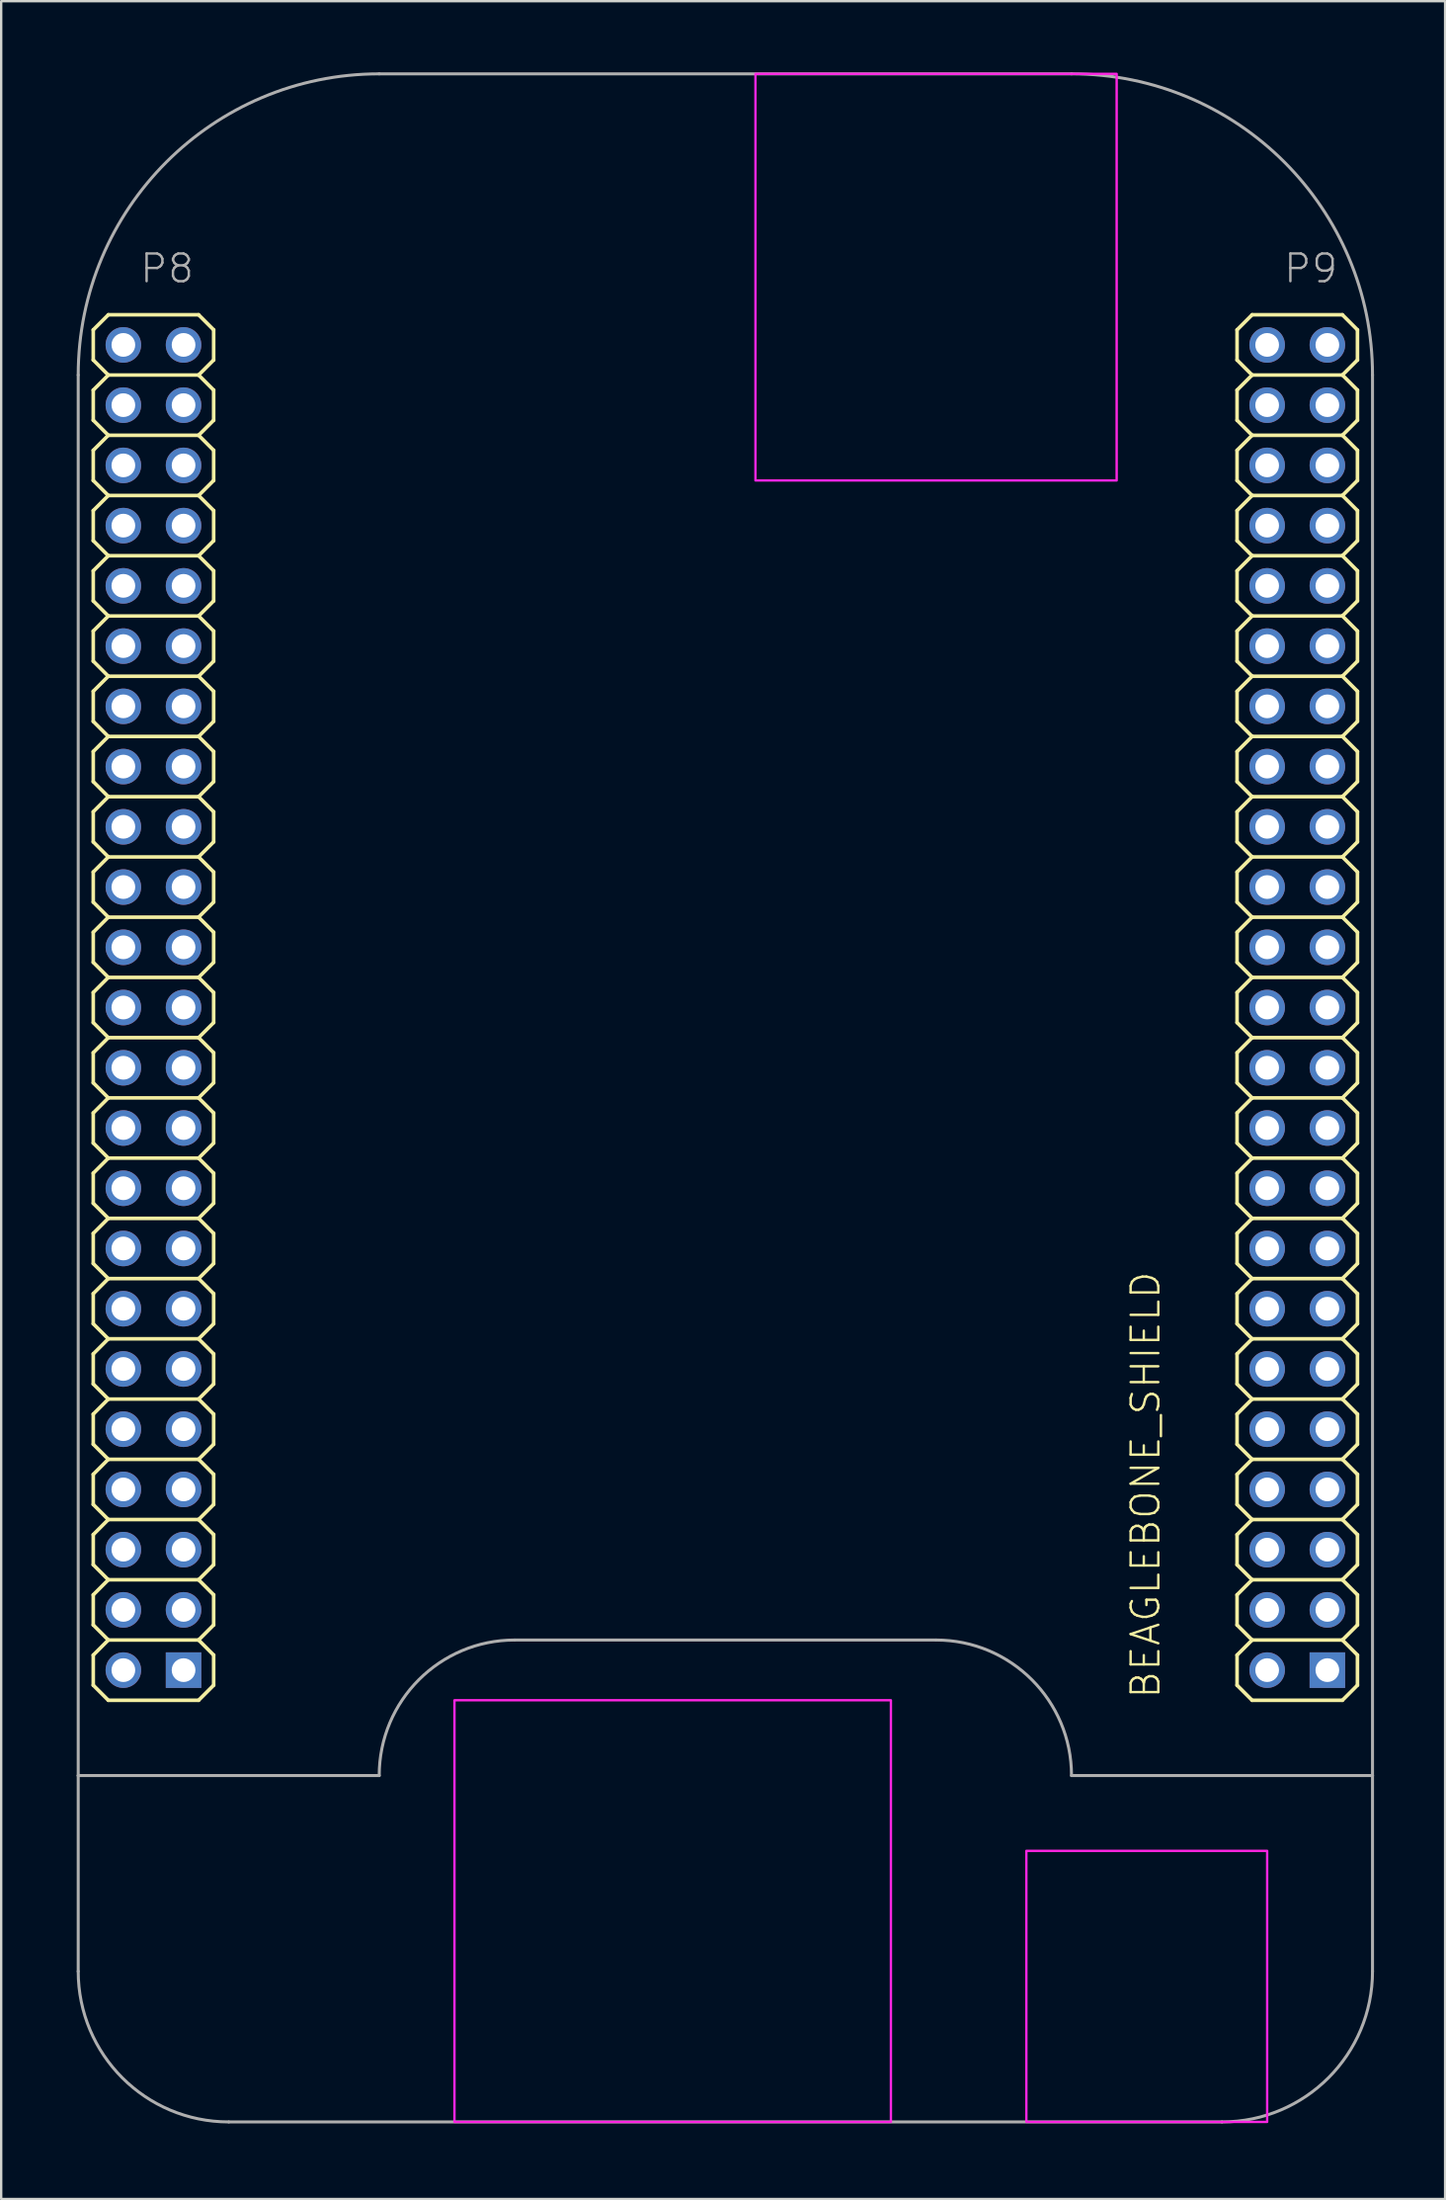
<source format=kicad_pcb>
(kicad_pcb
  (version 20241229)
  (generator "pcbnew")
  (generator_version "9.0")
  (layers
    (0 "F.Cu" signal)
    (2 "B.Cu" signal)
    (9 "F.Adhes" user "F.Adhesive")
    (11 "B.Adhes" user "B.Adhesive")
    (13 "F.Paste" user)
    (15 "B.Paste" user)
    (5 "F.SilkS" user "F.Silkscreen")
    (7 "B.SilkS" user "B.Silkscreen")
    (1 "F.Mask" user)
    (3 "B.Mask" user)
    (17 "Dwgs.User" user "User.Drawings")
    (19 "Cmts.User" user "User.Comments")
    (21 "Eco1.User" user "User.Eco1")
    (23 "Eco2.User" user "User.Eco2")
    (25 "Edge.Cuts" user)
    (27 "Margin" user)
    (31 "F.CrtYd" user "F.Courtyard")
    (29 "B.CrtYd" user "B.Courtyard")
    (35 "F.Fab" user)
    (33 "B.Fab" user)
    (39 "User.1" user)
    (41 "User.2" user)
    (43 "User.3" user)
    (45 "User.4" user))
  (footprint "BEAGLEBONE_SHIELD"
    (layer "F.Cu")
    (at 0.25 86.424)
    (property "Reference" "BEAGLEBONE_SHIELD" (at 45.72 -17.78 90) (layer "F.SilkS") (effects (font (size 1.168 1.168) (thickness 0.102)) (justify left bottom)))
    (fp_line (start 0.635 -75.565) (end 0.635 -74.295) (stroke (width 0.152) (type solid)) (layer "F.SilkS"))
    (fp_line (start 0.635 -75.565) (end 1.27 -76.2) (stroke (width 0.152) (type solid)) (layer "F.SilkS"))
    (fp_line (start 0.635 -73.025) (end 0.635 -71.755) (stroke (width 0.152) (type solid)) (layer "F.SilkS"))
    (fp_line (start 0.635 -73.025) (end 1.27 -73.66) (stroke (width 0.152) (type solid)) (layer "F.SilkS"))
    (fp_line (start 0.635 -70.485) (end 0.635 -69.215) (stroke (width 0.152) (type solid)) (layer "F.SilkS"))
    (fp_line (start 0.635 -70.485) (end 1.27 -71.12) (stroke (width 0.152) (type solid)) (layer "F.SilkS"))
    (fp_line (start 0.635 -67.945) (end 0.635 -66.675) (stroke (width 0.152) (type solid)) (layer "F.SilkS"))
    (fp_line (start 0.635 -67.945) (end 1.27 -68.58) (stroke (width 0.152) (type solid)) (layer "F.SilkS"))
    (fp_line (start 0.635 -65.405) (end 0.635 -64.135) (stroke (width 0.152) (type solid)) (layer "F.SilkS"))
    (fp_line (start 0.635 -65.405) (end 1.27 -66.04) (stroke (width 0.152) (type solid)) (layer "F.SilkS"))
    (fp_line (start 0.635 -62.865) (end 0.635 -61.595) (stroke (width 0.152) (type solid)) (layer "F.SilkS"))
    (fp_line (start 0.635 -62.865) (end 1.27 -63.5) (stroke (width 0.152) (type solid)) (layer "F.SilkS"))
    (fp_line (start 0.635 -60.325) (end 0.635 -59.055) (stroke (width 0.152) (type solid)) (layer "F.SilkS"))
    (fp_line (start 0.635 -60.325) (end 1.27 -60.96) (stroke (width 0.152) (type solid)) (layer "F.SilkS"))
    (fp_line (start 0.635 -57.785) (end 0.635 -56.515) (stroke (width 0.152) (type solid)) (layer "F.SilkS"))
    (fp_line (start 0.635 -57.785) (end 1.27 -58.42) (stroke (width 0.152) (type solid)) (layer "F.SilkS"))
    (fp_line (start 0.635 -55.245) (end 0.635 -53.975) (stroke (width 0.152) (type solid)) (layer "F.SilkS"))
    (fp_line (start 0.635 -55.245) (end 1.27 -55.88) (stroke (width 0.152) (type solid)) (layer "F.SilkS"))
    (fp_line (start 0.635 -52.705) (end 0.635 -51.435) (stroke (width 0.152) (type solid)) (layer "F.SilkS"))
    (fp_line (start 0.635 -52.705) (end 1.27 -53.34) (stroke (width 0.152) (type solid)) (layer "F.SilkS"))
    (fp_line (start 0.635 -50.165) (end 0.635 -48.895) (stroke (width 0.152) (type solid)) (layer "F.SilkS"))
    (fp_line (start 0.635 -50.165) (end 1.27 -50.8) (stroke (width 0.152) (type solid)) (layer "F.SilkS"))
    (fp_line (start 0.635 -46.355) (end 0.635 -47.625) (stroke (width 0.152) (type solid)) (layer "F.SilkS"))
    (fp_line (start 0.635 -45.085) (end 1.27 -45.72) (stroke (width 0.152) (type solid)) (layer "F.SilkS"))
    (fp_line (start 0.635 -43.815) (end 0.635 -45.085) (stroke (width 0.152) (type solid)) (layer "F.SilkS"))
    (fp_line (start 0.635 -42.545) (end 1.27 -43.18) (stroke (width 0.152) (type solid)) (layer "F.SilkS"))
    (fp_line (start 0.635 -41.275) (end 0.635 -42.545) (stroke (width 0.152) (type solid)) (layer "F.SilkS"))
    (fp_line (start 0.635 -40.005) (end 1.27 -40.64) (stroke (width 0.152) (type solid)) (layer "F.SilkS"))
    (fp_line (start 0.635 -38.735) (end 0.635 -40.005) (stroke (width 0.152) (type solid)) (layer "F.SilkS"))
    (fp_line (start 0.635 -37.465) (end 1.27 -38.1) (stroke (width 0.152) (type solid)) (layer "F.SilkS"))
    (fp_line (start 0.635 -36.195) (end 0.635 -37.465) (stroke (width 0.152) (type solid)) (layer "F.SilkS"))
    (fp_line (start 0.635 -34.925) (end 1.27 -35.56) (stroke (width 0.152) (type solid)) (layer "F.SilkS"))
    (fp_line (start 0.635 -33.655) (end 0.635 -34.925) (stroke (width 0.152) (type solid)) (layer "F.SilkS"))
    (fp_line (start 0.635 -32.385) (end 1.27 -33.02) (stroke (width 0.152) (type solid)) (layer "F.SilkS"))
    (fp_line (start 0.635 -31.115) (end 0.635 -32.385) (stroke (width 0.152) (type solid)) (layer "F.SilkS"))
    (fp_line (start 0.635 -29.845) (end 1.27 -30.48) (stroke (width 0.152) (type solid)) (layer "F.SilkS"))
    (fp_line (start 0.635 -28.575) (end 0.635 -29.845) (stroke (width 0.152) (type solid)) (layer "F.SilkS"))
    (fp_line (start 0.635 -27.305) (end 1.27 -27.94) (stroke (width 0.152) (type solid)) (layer "F.SilkS"))
    (fp_line (start 0.635 -26.035) (end 0.635 -27.305) (stroke (width 0.152) (type solid)) (layer "F.SilkS"))
    (fp_line (start 0.635 -24.765) (end 1.27 -25.4) (stroke (width 0.152) (type solid)) (layer "F.SilkS"))
    (fp_line (start 0.635 -23.495) (end 0.635 -24.765) (stroke (width 0.152) (type solid)) (layer "F.SilkS"))
    (fp_line (start 0.635 -22.225) (end 1.27 -22.86) (stroke (width 0.152) (type solid)) (layer "F.SilkS"))
    (fp_line (start 0.635 -20.955) (end 0.635 -22.225) (stroke (width 0.152) (type solid)) (layer "F.SilkS"))
    (fp_line (start 0.635 -19.685) (end 1.27 -20.32) (stroke (width 0.152) (type solid)) (layer "F.SilkS"))
    (fp_line (start 0.635 -18.415) (end 0.635 -19.685) (stroke (width 0.152) (type solid)) (layer "F.SilkS"))
    (fp_line (start 1.27 -76.2) (end 5.08 -76.2) (stroke (width 0.152) (type solid)) (layer "F.SilkS"))
    (fp_line (start 1.27 -73.66) (end 0.635 -74.295) (stroke (width 0.152) (type solid)) (layer "F.SilkS"))
    (fp_line (start 1.27 -73.66) (end 5.08 -73.66) (stroke (width 0.152) (type solid)) (layer "F.SilkS"))
    (fp_line (start 1.27 -71.12) (end 0.635 -71.755) (stroke (width 0.152) (type solid)) (layer "F.SilkS"))
    (fp_line (start 1.27 -71.12) (end 5.08 -71.12) (stroke (width 0.152) (type solid)) (layer "F.SilkS"))
    (fp_line (start 1.27 -68.58) (end 0.635 -69.215) (stroke (width 0.152) (type solid)) (layer "F.SilkS"))
    (fp_line (start 1.27 -68.58) (end 5.08 -68.58) (stroke (width 0.152) (type solid)) (layer "F.SilkS"))
    (fp_line (start 1.27 -66.04) (end 0.635 -66.675) (stroke (width 0.152) (type solid)) (layer "F.SilkS"))
    (fp_line (start 1.27 -66.04) (end 5.08 -66.04) (stroke (width 0.152) (type solid)) (layer "F.SilkS"))
    (fp_line (start 1.27 -63.5) (end 0.635 -64.135) (stroke (width 0.152) (type solid)) (layer "F.SilkS"))
    (fp_line (start 1.27 -63.5) (end 5.08 -63.5) (stroke (width 0.152) (type solid)) (layer "F.SilkS"))
    (fp_line (start 1.27 -60.96) (end 0.635 -61.595) (stroke (width 0.152) (type solid)) (layer "F.SilkS"))
    (fp_line (start 1.27 -60.96) (end 5.08 -60.96) (stroke (width 0.152) (type solid)) (layer "F.SilkS"))
    (fp_line (start 1.27 -58.42) (end 0.635 -59.055) (stroke (width 0.152) (type solid)) (layer "F.SilkS"))
    (fp_line (start 1.27 -58.42) (end 5.08 -58.42) (stroke (width 0.152) (type solid)) (layer "F.SilkS"))
    (fp_line (start 1.27 -55.88) (end 0.635 -56.515) (stroke (width 0.152) (type solid)) (layer "F.SilkS"))
    (fp_line (start 1.27 -55.88) (end 5.08 -55.88) (stroke (width 0.152) (type solid)) (layer "F.SilkS"))
    (fp_line (start 1.27 -53.34) (end 0.635 -53.975) (stroke (width 0.152) (type solid)) (layer "F.SilkS"))
    (fp_line (start 1.27 -53.34) (end 5.08 -53.34) (stroke (width 0.152) (type solid)) (layer "F.SilkS"))
    (fp_line (start 1.27 -50.8) (end 0.635 -51.435) (stroke (width 0.152) (type solid)) (layer "F.SilkS"))
    (fp_line (start 1.27 -50.8) (end 5.08 -50.8) (stroke (width 0.152) (type solid)) (layer "F.SilkS"))
    (fp_line (start 1.27 -48.26) (end 0.635 -48.895) (stroke (width 0.152) (type solid)) (layer "F.SilkS"))
    (fp_line (start 1.27 -48.26) (end 0.635 -47.625) (stroke (width 0.152) (type solid)) (layer "F.SilkS"))
    (fp_line (start 1.27 -48.26) (end 5.08 -48.26) (stroke (width 0.152) (type solid)) (layer "F.SilkS"))
    (fp_line (start 1.27 -45.72) (end 0.635 -46.355) (stroke (width 0.152) (type solid)) (layer "F.SilkS"))
    (fp_line (start 1.27 -45.72) (end 5.08 -45.72) (stroke (width 0.152) (type solid)) (layer "F.SilkS"))
    (fp_line (start 1.27 -43.18) (end 0.635 -43.815) (stroke (width 0.152) (type solid)) (layer "F.SilkS"))
    (fp_line (start 1.27 -43.18) (end 5.08 -43.18) (stroke (width 0.152) (type solid)) (layer "F.SilkS"))
    (fp_line (start 1.27 -40.64) (end 0.635 -41.275) (stroke (width 0.152) (type solid)) (layer "F.SilkS"))
    (fp_line (start 1.27 -40.64) (end 5.08 -40.64) (stroke (width 0.152) (type solid)) (layer "F.SilkS"))
    (fp_line (start 1.27 -38.1) (end 0.635 -38.735) (stroke (width 0.152) (type solid)) (layer "F.SilkS"))
    (fp_line (start 1.27 -38.1) (end 5.08 -38.1) (stroke (width 0.152) (type solid)) (layer "F.SilkS"))
    (fp_line (start 1.27 -35.56) (end 0.635 -36.195) (stroke (width 0.152) (type solid)) (layer "F.SilkS"))
    (fp_line (start 1.27 -35.56) (end 5.08 -35.56) (stroke (width 0.152) (type solid)) (layer "F.SilkS"))
    (fp_line (start 1.27 -33.02) (end 0.635 -33.655) (stroke (width 0.152) (type solid)) (layer "F.SilkS"))
    (fp_line (start 1.27 -33.02) (end 5.08 -33.02) (stroke (width 0.152) (type solid)) (layer "F.SilkS"))
    (fp_line (start 1.27 -30.48) (end 0.635 -31.115) (stroke (width 0.152) (type solid)) (layer "F.SilkS"))
    (fp_line (start 1.27 -30.48) (end 5.08 -30.48) (stroke (width 0.152) (type solid)) (layer "F.SilkS"))
    (fp_line (start 1.27 -27.94) (end 0.635 -28.575) (stroke (width 0.152) (type solid)) (layer "F.SilkS"))
    (fp_line (start 1.27 -27.94) (end 5.08 -27.94) (stroke (width 0.152) (type solid)) (layer "F.SilkS"))
    (fp_line (start 1.27 -25.4) (end 0.635 -26.035) (stroke (width 0.152) (type solid)) (layer "F.SilkS"))
    (fp_line (start 1.27 -25.4) (end 5.08 -25.4) (stroke (width 0.152) (type solid)) (layer "F.SilkS"))
    (fp_line (start 1.27 -22.86) (end 0.635 -23.495) (stroke (width 0.152) (type solid)) (layer "F.SilkS"))
    (fp_line (start 1.27 -22.86) (end 5.08 -22.86) (stroke (width 0.152) (type solid)) (layer "F.SilkS"))
    (fp_line (start 1.27 -20.32) (end 0.635 -20.955) (stroke (width 0.152) (type solid)) (layer "F.SilkS"))
    (fp_line (start 1.27 -20.32) (end 5.08 -20.32) (stroke (width 0.152) (type solid)) (layer "F.SilkS"))
    (fp_line (start 1.27 -17.78) (end 0.635 -18.415) (stroke (width 0.152) (type solid)) (layer "F.SilkS"))
    (fp_line (start 5.08 -76.2) (end 5.715 -75.565) (stroke (width 0.152) (type solid)) (layer "F.SilkS"))
    (fp_line (start 5.08 -73.66) (end 5.715 -73.025) (stroke (width 0.152) (type solid)) (layer "F.SilkS"))
    (fp_line (start 5.08 -71.12) (end 5.715 -70.485) (stroke (width 0.152) (type solid)) (layer "F.SilkS"))
    (fp_line (start 5.08 -68.58) (end 5.715 -67.945) (stroke (width 0.152) (type solid)) (layer "F.SilkS"))
    (fp_line (start 5.08 -66.04) (end 5.715 -65.405) (stroke (width 0.152) (type solid)) (layer "F.SilkS"))
    (fp_line (start 5.08 -63.5) (end 5.715 -62.865) (stroke (width 0.152) (type solid)) (layer "F.SilkS"))
    (fp_line (start 5.08 -60.96) (end 5.715 -60.325) (stroke (width 0.152) (type solid)) (layer "F.SilkS"))
    (fp_line (start 5.08 -58.42) (end 5.715 -57.785) (stroke (width 0.152) (type solid)) (layer "F.SilkS"))
    (fp_line (start 5.08 -55.88) (end 5.715 -55.245) (stroke (width 0.152) (type solid)) (layer "F.SilkS"))
    (fp_line (start 5.08 -53.34) (end 5.715 -52.705) (stroke (width 0.152) (type solid)) (layer "F.SilkS"))
    (fp_line (start 5.08 -50.8) (end 5.715 -51.435) (stroke (width 0.152) (type solid)) (layer "F.SilkS"))
    (fp_line (start 5.08 -50.8) (end 5.715 -50.165) (stroke (width 0.152) (type solid)) (layer "F.SilkS"))
    (fp_line (start 5.08 -48.26) (end 5.715 -48.895) (stroke (width 0.152) (type solid)) (layer "F.SilkS"))
    (fp_line (start 5.08 -48.26) (end 5.715 -47.625) (stroke (width 0.152) (type solid)) (layer "F.SilkS"))
    (fp_line (start 5.08 -45.72) (end 5.715 -46.355) (stroke (width 0.152) (type solid)) (layer "F.SilkS"))
    (fp_line (start 5.08 -45.72) (end 5.715 -45.085) (stroke (width 0.152) (type solid)) (layer "F.SilkS"))
    (fp_line (start 5.08 -43.18) (end 5.715 -43.815) (stroke (width 0.152) (type solid)) (layer "F.SilkS"))
    (fp_line (start 5.08 -43.18) (end 5.715 -42.545) (stroke (width 0.152) (type solid)) (layer "F.SilkS"))
    (fp_line (start 5.08 -40.64) (end 5.715 -41.275) (stroke (width 0.152) (type solid)) (layer "F.SilkS"))
    (fp_line (start 5.08 -40.64) (end 5.715 -40.005) (stroke (width 0.152) (type solid)) (layer "F.SilkS"))
    (fp_line (start 5.08 -38.1) (end 5.715 -38.735) (stroke (width 0.152) (type solid)) (layer "F.SilkS"))
    (fp_line (start 5.08 -38.1) (end 5.715 -37.465) (stroke (width 0.152) (type solid)) (layer "F.SilkS"))
    (fp_line (start 5.08 -35.56) (end 5.715 -36.195) (stroke (width 0.152) (type solid)) (layer "F.SilkS"))
    (fp_line (start 5.08 -35.56) (end 5.715 -34.925) (stroke (width 0.152) (type solid)) (layer "F.SilkS"))
    (fp_line (start 5.08 -33.02) (end 5.715 -33.655) (stroke (width 0.152) (type solid)) (layer "F.SilkS"))
    (fp_line (start 5.08 -30.48) (end 5.715 -31.115) (stroke (width 0.152) (type solid)) (layer "F.SilkS"))
    (fp_line (start 5.08 -27.94) (end 5.715 -28.575) (stroke (width 0.152) (type solid)) (layer "F.SilkS"))
    (fp_line (start 5.08 -25.4) (end 5.715 -26.035) (stroke (width 0.152) (type solid)) (layer "F.SilkS"))
    (fp_line (start 5.08 -22.86) (end 5.715 -23.495) (stroke (width 0.152) (type solid)) (layer "F.SilkS"))
    (fp_line (start 5.08 -20.32) (end 5.715 -20.955) (stroke (width 0.152) (type solid)) (layer "F.SilkS"))
    (fp_line (start 5.08 -17.78) (end 1.27 -17.78) (stroke (width 0.152) (type solid)) (layer "F.SilkS"))
    (fp_line (start 5.08 -17.78) (end 5.715 -18.415) (stroke (width 0.152) (type solid)) (layer "F.SilkS"))
    (fp_line (start 5.715 -74.295) (end 5.08 -73.66) (stroke (width 0.152) (type solid)) (layer "F.SilkS"))
    (fp_line (start 5.715 -74.295) (end 5.715 -75.565) (stroke (width 0.152) (type solid)) (layer "F.SilkS"))
    (fp_line (start 5.715 -71.755) (end 5.08 -71.12) (stroke (width 0.152) (type solid)) (layer "F.SilkS"))
    (fp_line (start 5.715 -71.755) (end 5.715 -73.025) (stroke (width 0.152) (type solid)) (layer "F.SilkS"))
    (fp_line (start 5.715 -69.215) (end 5.08 -68.58) (stroke (width 0.152) (type solid)) (layer "F.SilkS"))
    (fp_line (start 5.715 -69.215) (end 5.715 -70.485) (stroke (width 0.152) (type solid)) (layer "F.SilkS"))
    (fp_line (start 5.715 -66.675) (end 5.08 -66.04) (stroke (width 0.152) (type solid)) (layer "F.SilkS"))
    (fp_line (start 5.715 -66.675) (end 5.715 -67.945) (stroke (width 0.152) (type solid)) (layer "F.SilkS"))
    (fp_line (start 5.715 -64.135) (end 5.08 -63.5) (stroke (width 0.152) (type solid)) (layer "F.SilkS"))
    (fp_line (start 5.715 -64.135) (end 5.715 -65.405) (stroke (width 0.152) (type solid)) (layer "F.SilkS"))
    (fp_line (start 5.715 -61.595) (end 5.08 -60.96) (stroke (width 0.152) (type solid)) (layer "F.SilkS"))
    (fp_line (start 5.715 -61.595) (end 5.715 -62.865) (stroke (width 0.152) (type solid)) (layer "F.SilkS"))
    (fp_line (start 5.715 -59.055) (end 5.08 -58.42) (stroke (width 0.152) (type solid)) (layer "F.SilkS"))
    (fp_line (start 5.715 -59.055) (end 5.715 -60.325) (stroke (width 0.152) (type solid)) (layer "F.SilkS"))
    (fp_line (start 5.715 -56.515) (end 5.08 -55.88) (stroke (width 0.152) (type solid)) (layer "F.SilkS"))
    (fp_line (start 5.715 -56.515) (end 5.715 -57.785) (stroke (width 0.152) (type solid)) (layer "F.SilkS"))
    (fp_line (start 5.715 -53.975) (end 5.08 -53.34) (stroke (width 0.152) (type solid)) (layer "F.SilkS"))
    (fp_line (start 5.715 -53.975) (end 5.715 -55.245) (stroke (width 0.152) (type solid)) (layer "F.SilkS"))
    (fp_line (start 5.715 -52.705) (end 5.715 -51.435) (stroke (width 0.152) (type solid)) (layer "F.SilkS"))
    (fp_line (start 5.715 -50.165) (end 5.715 -48.895) (stroke (width 0.152) (type solid)) (layer "F.SilkS"))
    (fp_line (start 5.715 -47.625) (end 5.715 -46.355) (stroke (width 0.152) (type solid)) (layer "F.SilkS"))
    (fp_line (start 5.715 -45.085) (end 5.715 -43.815) (stroke (width 0.152) (type solid)) (layer "F.SilkS"))
    (fp_line (start 5.715 -42.545) (end 5.715 -41.275) (stroke (width 0.152) (type solid)) (layer "F.SilkS"))
    (fp_line (start 5.715 -40.005) (end 5.715 -38.735) (stroke (width 0.152) (type solid)) (layer "F.SilkS"))
    (fp_line (start 5.715 -37.465) (end 5.715 -36.195) (stroke (width 0.152) (type solid)) (layer "F.SilkS"))
    (fp_line (start 5.715 -34.925) (end 5.715 -33.655) (stroke (width 0.152) (type solid)) (layer "F.SilkS"))
    (fp_line (start 5.715 -32.385) (end 5.08 -33.02) (stroke (width 0.152) (type solid)) (layer "F.SilkS"))
    (fp_line (start 5.715 -31.115) (end 5.715 -32.385) (stroke (width 0.152) (type solid)) (layer "F.SilkS"))
    (fp_line (start 5.715 -29.845) (end 5.08 -30.48) (stroke (width 0.152) (type solid)) (layer "F.SilkS"))
    (fp_line (start 5.715 -28.575) (end 5.715 -29.845) (stroke (width 0.152) (type solid)) (layer "F.SilkS"))
    (fp_line (start 5.715 -27.305) (end 5.08 -27.94) (stroke (width 0.152) (type solid)) (layer "F.SilkS"))
    (fp_line (start 5.715 -26.035) (end 5.715 -27.305) (stroke (width 0.152) (type solid)) (layer "F.SilkS"))
    (fp_line (start 5.715 -24.765) (end 5.08 -25.4) (stroke (width 0.152) (type solid)) (layer "F.SilkS"))
    (fp_line (start 5.715 -23.495) (end 5.715 -24.765) (stroke (width 0.152) (type solid)) (layer "F.SilkS"))
    (fp_line (start 5.715 -22.225) (end 5.08 -22.86) (stroke (width 0.152) (type solid)) (layer "F.SilkS"))
    (fp_line (start 5.715 -20.955) (end 5.715 -22.225) (stroke (width 0.152) (type solid)) (layer "F.SilkS"))
    (fp_line (start 5.715 -19.685) (end 5.08 -20.32) (stroke (width 0.152) (type solid)) (layer "F.SilkS"))
    (fp_line (start 5.715 -18.415) (end 5.715 -19.685) (stroke (width 0.152) (type solid)) (layer "F.SilkS"))
    (fp_line (start 48.895 -75.565) (end 48.895 -74.295) (stroke (width 0.152) (type solid)) (layer "F.SilkS"))
    (fp_line (start 48.895 -75.565) (end 49.53 -76.2) (stroke (width 0.152) (type solid)) (layer "F.SilkS"))
    (fp_line (start 48.895 -73.025) (end 48.895 -71.755) (stroke (width 0.152) (type solid)) (layer "F.SilkS"))
    (fp_line (start 48.895 -73.025) (end 49.53 -73.66) (stroke (width 0.152) (type solid)) (layer "F.SilkS"))
    (fp_line (start 48.895 -70.485) (end 48.895 -69.215) (stroke (width 0.152) (type solid)) (layer "F.SilkS"))
    (fp_line (start 48.895 -70.485) (end 49.53 -71.12) (stroke (width 0.152) (type solid)) (layer "F.SilkS"))
    (fp_line (start 48.895 -67.945) (end 48.895 -66.675) (stroke (width 0.152) (type solid)) (layer "F.SilkS"))
    (fp_line (start 48.895 -67.945) (end 49.53 -68.58) (stroke (width 0.152) (type solid)) (layer "F.SilkS"))
    (fp_line (start 48.895 -65.405) (end 48.895 -64.135) (stroke (width 0.152) (type solid)) (layer "F.SilkS"))
    (fp_line (start 48.895 -65.405) (end 49.53 -66.04) (stroke (width 0.152) (type solid)) (layer "F.SilkS"))
    (fp_line (start 48.895 -62.865) (end 48.895 -61.595) (stroke (width 0.152) (type solid)) (layer "F.SilkS"))
    (fp_line (start 48.895 -62.865) (end 49.53 -63.5) (stroke (width 0.152) (type solid)) (layer "F.SilkS"))
    (fp_line (start 48.895 -60.325) (end 48.895 -59.055) (stroke (width 0.152) (type solid)) (layer "F.SilkS"))
    (fp_line (start 48.895 -60.325) (end 49.53 -60.96) (stroke (width 0.152) (type solid)) (layer "F.SilkS"))
    (fp_line (start 48.895 -57.785) (end 48.895 -56.515) (stroke (width 0.152) (type solid)) (layer "F.SilkS"))
    (fp_line (start 48.895 -57.785) (end 49.53 -58.42) (stroke (width 0.152) (type solid)) (layer "F.SilkS"))
    (fp_line (start 48.895 -55.245) (end 48.895 -53.975) (stroke (width 0.152) (type solid)) (layer "F.SilkS"))
    (fp_line (start 48.895 -55.245) (end 49.53 -55.88) (stroke (width 0.152) (type solid)) (layer "F.SilkS"))
    (fp_line (start 48.895 -52.705) (end 48.895 -51.435) (stroke (width 0.152) (type solid)) (layer "F.SilkS"))
    (fp_line (start 48.895 -52.705) (end 49.53 -53.34) (stroke (width 0.152) (type solid)) (layer "F.SilkS"))
    (fp_line (start 48.895 -50.165) (end 48.895 -48.895) (stroke (width 0.152) (type solid)) (layer "F.SilkS"))
    (fp_line (start 48.895 -50.165) (end 49.53 -50.8) (stroke (width 0.152) (type solid)) (layer "F.SilkS"))
    (fp_line (start 48.895 -46.355) (end 48.895 -47.625) (stroke (width 0.152) (type solid)) (layer "F.SilkS"))
    (fp_line (start 48.895 -45.085) (end 49.53 -45.72) (stroke (width 0.152) (type solid)) (layer "F.SilkS"))
    (fp_line (start 48.895 -43.815) (end 48.895 -45.085) (stroke (width 0.152) (type solid)) (layer "F.SilkS"))
    (fp_line (start 48.895 -42.545) (end 49.53 -43.18) (stroke (width 0.152) (type solid)) (layer "F.SilkS"))
    (fp_line (start 48.895 -41.275) (end 48.895 -42.545) (stroke (width 0.152) (type solid)) (layer "F.SilkS"))
    (fp_line (start 48.895 -40.005) (end 49.53 -40.64) (stroke (width 0.152) (type solid)) (layer "F.SilkS"))
    (fp_line (start 48.895 -38.735) (end 48.895 -40.005) (stroke (width 0.152) (type solid)) (layer "F.SilkS"))
    (fp_line (start 48.895 -37.465) (end 49.53 -38.1) (stroke (width 0.152) (type solid)) (layer "F.SilkS"))
    (fp_line (start 48.895 -36.195) (end 48.895 -37.465) (stroke (width 0.152) (type solid)) (layer "F.SilkS"))
    (fp_line (start 48.895 -34.925) (end 49.53 -35.56) (stroke (width 0.152) (type solid)) (layer "F.SilkS"))
    (fp_line (start 48.895 -33.655) (end 48.895 -34.925) (stroke (width 0.152) (type solid)) (layer "F.SilkS"))
    (fp_line (start 48.895 -32.385) (end 49.53 -33.02) (stroke (width 0.152) (type solid)) (layer "F.SilkS"))
    (fp_line (start 48.895 -31.115) (end 48.895 -32.385) (stroke (width 0.152) (type solid)) (layer "F.SilkS"))
    (fp_line (start 48.895 -29.845) (end 49.53 -30.48) (stroke (width 0.152) (type solid)) (layer "F.SilkS"))
    (fp_line (start 48.895 -28.575) (end 48.895 -29.845) (stroke (width 0.152) (type solid)) (layer "F.SilkS"))
    (fp_line (start 48.895 -27.305) (end 49.53 -27.94) (stroke (width 0.152) (type solid)) (layer "F.SilkS"))
    (fp_line (start 48.895 -26.035) (end 48.895 -27.305) (stroke (width 0.152) (type solid)) (layer "F.SilkS"))
    (fp_line (start 48.895 -24.765) (end 49.53 -25.4) (stroke (width 0.152) (type solid)) (layer "F.SilkS"))
    (fp_line (start 48.895 -23.495) (end 48.895 -24.765) (stroke (width 0.152) (type solid)) (layer "F.SilkS"))
    (fp_line (start 48.895 -22.225) (end 49.53 -22.86) (stroke (width 0.152) (type solid)) (layer "F.SilkS"))
    (fp_line (start 48.895 -20.955) (end 48.895 -22.225) (stroke (width 0.152) (type solid)) (layer "F.SilkS"))
    (fp_line (start 48.895 -19.685) (end 49.53 -20.32) (stroke (width 0.152) (type solid)) (layer "F.SilkS"))
    (fp_line (start 48.895 -18.415) (end 48.895 -19.685) (stroke (width 0.152) (type solid)) (layer "F.SilkS"))
    (fp_line (start 49.53 -76.2) (end 53.34 -76.2) (stroke (width 0.152) (type solid)) (layer "F.SilkS"))
    (fp_line (start 49.53 -73.66) (end 48.895 -74.295) (stroke (width 0.152) (type solid)) (layer "F.SilkS"))
    (fp_line (start 49.53 -73.66) (end 53.34 -73.66) (stroke (width 0.152) (type solid)) (layer "F.SilkS"))
    (fp_line (start 49.53 -71.12) (end 48.895 -71.755) (stroke (width 0.152) (type solid)) (layer "F.SilkS"))
    (fp_line (start 49.53 -71.12) (end 53.34 -71.12) (stroke (width 0.152) (type solid)) (layer "F.SilkS"))
    (fp_line (start 49.53 -68.58) (end 48.895 -69.215) (stroke (width 0.152) (type solid)) (layer "F.SilkS"))
    (fp_line (start 49.53 -68.58) (end 53.34 -68.58) (stroke (width 0.152) (type solid)) (layer "F.SilkS"))
    (fp_line (start 49.53 -66.04) (end 48.895 -66.675) (stroke (width 0.152) (type solid)) (layer "F.SilkS"))
    (fp_line (start 49.53 -66.04) (end 53.34 -66.04) (stroke (width 0.152) (type solid)) (layer "F.SilkS"))
    (fp_line (start 49.53 -63.5) (end 48.895 -64.135) (stroke (width 0.152) (type solid)) (layer "F.SilkS"))
    (fp_line (start 49.53 -63.5) (end 53.34 -63.5) (stroke (width 0.152) (type solid)) (layer "F.SilkS"))
    (fp_line (start 49.53 -60.96) (end 48.895 -61.595) (stroke (width 0.152) (type solid)) (layer "F.SilkS"))
    (fp_line (start 49.53 -60.96) (end 53.34 -60.96) (stroke (width 0.152) (type solid)) (layer "F.SilkS"))
    (fp_line (start 49.53 -58.42) (end 48.895 -59.055) (stroke (width 0.152) (type solid)) (layer "F.SilkS"))
    (fp_line (start 49.53 -58.42) (end 53.34 -58.42) (stroke (width 0.152) (type solid)) (layer "F.SilkS"))
    (fp_line (start 49.53 -55.88) (end 48.895 -56.515) (stroke (width 0.152) (type solid)) (layer "F.SilkS"))
    (fp_line (start 49.53 -55.88) (end 53.34 -55.88) (stroke (width 0.152) (type solid)) (layer "F.SilkS"))
    (fp_line (start 49.53 -53.34) (end 48.895 -53.975) (stroke (width 0.152) (type solid)) (layer "F.SilkS"))
    (fp_line (start 49.53 -53.34) (end 53.34 -53.34) (stroke (width 0.152) (type solid)) (layer "F.SilkS"))
    (fp_line (start 49.53 -50.8) (end 48.895 -51.435) (stroke (width 0.152) (type solid)) (layer "F.SilkS"))
    (fp_line (start 49.53 -50.8) (end 53.34 -50.8) (stroke (width 0.152) (type solid)) (layer "F.SilkS"))
    (fp_line (start 49.53 -48.26) (end 48.895 -48.895) (stroke (width 0.152) (type solid)) (layer "F.SilkS"))
    (fp_line (start 49.53 -48.26) (end 48.895 -47.625) (stroke (width 0.152) (type solid)) (layer "F.SilkS"))
    (fp_line (start 49.53 -48.26) (end 53.34 -48.26) (stroke (width 0.152) (type solid)) (layer "F.SilkS"))
    (fp_line (start 49.53 -45.72) (end 48.895 -46.355) (stroke (width 0.152) (type solid)) (layer "F.SilkS"))
    (fp_line (start 49.53 -45.72) (end 53.34 -45.72) (stroke (width 0.152) (type solid)) (layer "F.SilkS"))
    (fp_line (start 49.53 -43.18) (end 48.895 -43.815) (stroke (width 0.152) (type solid)) (layer "F.SilkS"))
    (fp_line (start 49.53 -43.18) (end 53.34 -43.18) (stroke (width 0.152) (type solid)) (layer "F.SilkS"))
    (fp_line (start 49.53 -40.64) (end 48.895 -41.275) (stroke (width 0.152) (type solid)) (layer "F.SilkS"))
    (fp_line (start 49.53 -40.64) (end 53.34 -40.64) (stroke (width 0.152) (type solid)) (layer "F.SilkS"))
    (fp_line (start 49.53 -38.1) (end 48.895 -38.735) (stroke (width 0.152) (type solid)) (layer "F.SilkS"))
    (fp_line (start 49.53 -38.1) (end 53.34 -38.1) (stroke (width 0.152) (type solid)) (layer "F.SilkS"))
    (fp_line (start 49.53 -35.56) (end 48.895 -36.195) (stroke (width 0.152) (type solid)) (layer "F.SilkS"))
    (fp_line (start 49.53 -35.56) (end 53.34 -35.56) (stroke (width 0.152) (type solid)) (layer "F.SilkS"))
    (fp_line (start 49.53 -33.02) (end 48.895 -33.655) (stroke (width 0.152) (type solid)) (layer "F.SilkS"))
    (fp_line (start 49.53 -33.02) (end 53.34 -33.02) (stroke (width 0.152) (type solid)) (layer "F.SilkS"))
    (fp_line (start 49.53 -30.48) (end 48.895 -31.115) (stroke (width 0.152) (type solid)) (layer "F.SilkS"))
    (fp_line (start 49.53 -30.48) (end 53.34 -30.48) (stroke (width 0.152) (type solid)) (layer "F.SilkS"))
    (fp_line (start 49.53 -27.94) (end 48.895 -28.575) (stroke (width 0.152) (type solid)) (layer "F.SilkS"))
    (fp_line (start 49.53 -27.94) (end 53.34 -27.94) (stroke (width 0.152) (type solid)) (layer "F.SilkS"))
    (fp_line (start 49.53 -25.4) (end 48.895 -26.035) (stroke (width 0.152) (type solid)) (layer "F.SilkS"))
    (fp_line (start 49.53 -25.4) (end 53.34 -25.4) (stroke (width 0.152) (type solid)) (layer "F.SilkS"))
    (fp_line (start 49.53 -22.86) (end 48.895 -23.495) (stroke (width 0.152) (type solid)) (layer "F.SilkS"))
    (fp_line (start 49.53 -22.86) (end 53.34 -22.86) (stroke (width 0.152) (type solid)) (layer "F.SilkS"))
    (fp_line (start 49.53 -20.32) (end 48.895 -20.955) (stroke (width 0.152) (type solid)) (layer "F.SilkS"))
    (fp_line (start 49.53 -20.32) (end 53.34 -20.32) (stroke (width 0.152) (type solid)) (layer "F.SilkS"))
    (fp_line (start 49.53 -17.78) (end 48.895 -18.415) (stroke (width 0.152) (type solid)) (layer "F.SilkS"))
    (fp_line (start 53.34 -76.2) (end 53.975 -75.565) (stroke (width 0.152) (type solid)) (layer "F.SilkS"))
    (fp_line (start 53.34 -73.66) (end 53.975 -73.025) (stroke (width 0.152) (type solid)) (layer "F.SilkS"))
    (fp_line (start 53.34 -71.12) (end 53.975 -70.485) (stroke (width 0.152) (type solid)) (layer "F.SilkS"))
    (fp_line (start 53.34 -68.58) (end 53.975 -67.945) (stroke (width 0.152) (type solid)) (layer "F.SilkS"))
    (fp_line (start 53.34 -66.04) (end 53.975 -65.405) (stroke (width 0.152) (type solid)) (layer "F.SilkS"))
    (fp_line (start 53.34 -63.5) (end 53.975 -62.865) (stroke (width 0.152) (type solid)) (layer "F.SilkS"))
    (fp_line (start 53.34 -60.96) (end 53.975 -60.325) (stroke (width 0.152) (type solid)) (layer "F.SilkS"))
    (fp_line (start 53.34 -58.42) (end 53.975 -57.785) (stroke (width 0.152) (type solid)) (layer "F.SilkS"))
    (fp_line (start 53.34 -55.88) (end 53.975 -55.245) (stroke (width 0.152) (type solid)) (layer "F.SilkS"))
    (fp_line (start 53.34 -53.34) (end 53.975 -52.705) (stroke (width 0.152) (type solid)) (layer "F.SilkS"))
    (fp_line (start 53.34 -50.8) (end 53.975 -51.435) (stroke (width 0.152) (type solid)) (layer "F.SilkS"))
    (fp_line (start 53.34 -50.8) (end 53.975 -50.165) (stroke (width 0.152) (type solid)) (layer "F.SilkS"))
    (fp_line (start 53.34 -48.26) (end 53.975 -48.895) (stroke (width 0.152) (type solid)) (layer "F.SilkS"))
    (fp_line (start 53.34 -48.26) (end 53.975 -47.625) (stroke (width 0.152) (type solid)) (layer "F.SilkS"))
    (fp_line (start 53.34 -45.72) (end 53.975 -46.355) (stroke (width 0.152) (type solid)) (layer "F.SilkS"))
    (fp_line (start 53.34 -45.72) (end 53.975 -45.085) (stroke (width 0.152) (type solid)) (layer "F.SilkS"))
    (fp_line (start 53.34 -43.18) (end 53.975 -43.815) (stroke (width 0.152) (type solid)) (layer "F.SilkS"))
    (fp_line (start 53.34 -43.18) (end 53.975 -42.545) (stroke (width 0.152) (type solid)) (layer "F.SilkS"))
    (fp_line (start 53.34 -40.64) (end 53.975 -41.275) (stroke (width 0.152) (type solid)) (layer "F.SilkS"))
    (fp_line (start 53.34 -40.64) (end 53.975 -40.005) (stroke (width 0.152) (type solid)) (layer "F.SilkS"))
    (fp_line (start 53.34 -38.1) (end 53.975 -38.735) (stroke (width 0.152) (type solid)) (layer "F.SilkS"))
    (fp_line (start 53.34 -38.1) (end 53.975 -37.465) (stroke (width 0.152) (type solid)) (layer "F.SilkS"))
    (fp_line (start 53.34 -35.56) (end 53.975 -36.195) (stroke (width 0.152) (type solid)) (layer "F.SilkS"))
    (fp_line (start 53.34 -35.56) (end 53.975 -34.925) (stroke (width 0.152) (type solid)) (layer "F.SilkS"))
    (fp_line (start 53.34 -33.02) (end 53.975 -33.655) (stroke (width 0.152) (type solid)) (layer "F.SilkS"))
    (fp_line (start 53.34 -30.48) (end 53.975 -31.115) (stroke (width 0.152) (type solid)) (layer "F.SilkS"))
    (fp_line (start 53.34 -27.94) (end 53.975 -28.575) (stroke (width 0.152) (type solid)) (layer "F.SilkS"))
    (fp_line (start 53.34 -25.4) (end 53.975 -26.035) (stroke (width 0.152) (type solid)) (layer "F.SilkS"))
    (fp_line (start 53.34 -22.86) (end 53.975 -23.495) (stroke (width 0.152) (type solid)) (layer "F.SilkS"))
    (fp_line (start 53.34 -20.32) (end 53.975 -20.955) (stroke (width 0.152) (type solid)) (layer "F.SilkS"))
    (fp_line (start 53.34 -17.78) (end 49.53 -17.78) (stroke (width 0.152) (type solid)) (layer "F.SilkS"))
    (fp_line (start 53.34 -17.78) (end 53.975 -18.415) (stroke (width 0.152) (type solid)) (layer "F.SilkS"))
    (fp_line (start 53.975 -74.295) (end 53.34 -73.66) (stroke (width 0.152) (type solid)) (layer "F.SilkS"))
    (fp_line (start 53.975 -74.295) (end 53.975 -75.565) (stroke (width 0.152) (type solid)) (layer "F.SilkS"))
    (fp_line (start 53.975 -71.755) (end 53.34 -71.12) (stroke (width 0.152) (type solid)) (layer "F.SilkS"))
    (fp_line (start 53.975 -71.755) (end 53.975 -73.025) (stroke (width 0.152) (type solid)) (layer "F.SilkS"))
    (fp_line (start 53.975 -69.215) (end 53.34 -68.58) (stroke (width 0.152) (type solid)) (layer "F.SilkS"))
    (fp_line (start 53.975 -69.215) (end 53.975 -70.485) (stroke (width 0.152) (type solid)) (layer "F.SilkS"))
    (fp_line (start 53.975 -66.675) (end 53.34 -66.04) (stroke (width 0.152) (type solid)) (layer "F.SilkS"))
    (fp_line (start 53.975 -66.675) (end 53.975 -67.945) (stroke (width 0.152) (type solid)) (layer "F.SilkS"))
    (fp_line (start 53.975 -64.135) (end 53.34 -63.5) (stroke (width 0.152) (type solid)) (layer "F.SilkS"))
    (fp_line (start 53.975 -64.135) (end 53.975 -65.405) (stroke (width 0.152) (type solid)) (layer "F.SilkS"))
    (fp_line (start 53.975 -61.595) (end 53.34 -60.96) (stroke (width 0.152) (type solid)) (layer "F.SilkS"))
    (fp_line (start 53.975 -61.595) (end 53.975 -62.865) (stroke (width 0.152) (type solid)) (layer "F.SilkS"))
    (fp_line (start 53.975 -59.055) (end 53.34 -58.42) (stroke (width 0.152) (type solid)) (layer "F.SilkS"))
    (fp_line (start 53.975 -59.055) (end 53.975 -60.325) (stroke (width 0.152) (type solid)) (layer "F.SilkS"))
    (fp_line (start 53.975 -56.515) (end 53.34 -55.88) (stroke (width 0.152) (type solid)) (layer "F.SilkS"))
    (fp_line (start 53.975 -56.515) (end 53.975 -57.785) (stroke (width 0.152) (type solid)) (layer "F.SilkS"))
    (fp_line (start 53.975 -53.975) (end 53.34 -53.34) (stroke (width 0.152) (type solid)) (layer "F.SilkS"))
    (fp_line (start 53.975 -53.975) (end 53.975 -55.245) (stroke (width 0.152) (type solid)) (layer "F.SilkS"))
    (fp_line (start 53.975 -52.705) (end 53.975 -51.435) (stroke (width 0.152) (type solid)) (layer "F.SilkS"))
    (fp_line (start 53.975 -50.165) (end 53.975 -48.895) (stroke (width 0.152) (type solid)) (layer "F.SilkS"))
    (fp_line (start 53.975 -47.625) (end 53.975 -46.355) (stroke (width 0.152) (type solid)) (layer "F.SilkS"))
    (fp_line (start 53.975 -45.085) (end 53.975 -43.815) (stroke (width 0.152) (type solid)) (layer "F.SilkS"))
    (fp_line (start 53.975 -42.545) (end 53.975 -41.275) (stroke (width 0.152) (type solid)) (layer "F.SilkS"))
    (fp_line (start 53.975 -40.005) (end 53.975 -38.735) (stroke (width 0.152) (type solid)) (layer "F.SilkS"))
    (fp_line (start 53.975 -37.465) (end 53.975 -36.195) (stroke (width 0.152) (type solid)) (layer "F.SilkS"))
    (fp_line (start 53.975 -34.925) (end 53.975 -33.655) (stroke (width 0.152) (type solid)) (layer "F.SilkS"))
    (fp_line (start 53.975 -32.385) (end 53.34 -33.02) (stroke (width 0.152) (type solid)) (layer "F.SilkS"))
    (fp_line (start 53.975 -31.115) (end 53.975 -32.385) (stroke (width 0.152) (type solid)) (layer "F.SilkS"))
    (fp_line (start 53.975 -29.845) (end 53.34 -30.48) (stroke (width 0.152) (type solid)) (layer "F.SilkS"))
    (fp_line (start 53.975 -28.575) (end 53.975 -29.845) (stroke (width 0.152) (type solid)) (layer "F.SilkS"))
    (fp_line (start 53.975 -27.305) (end 53.34 -27.94) (stroke (width 0.152) (type solid)) (layer "F.SilkS"))
    (fp_line (start 53.975 -26.035) (end 53.975 -27.305) (stroke (width 0.152) (type solid)) (layer "F.SilkS"))
    (fp_line (start 53.975 -24.765) (end 53.34 -25.4) (stroke (width 0.152) (type solid)) (layer "F.SilkS"))
    (fp_line (start 53.975 -23.495) (end 53.975 -24.765) (stroke (width 0.152) (type solid)) (layer "F.SilkS"))
    (fp_line (start 53.975 -22.225) (end 53.34 -22.86) (stroke (width 0.152) (type solid)) (layer "F.SilkS"))
    (fp_line (start 53.975 -20.955) (end 53.975 -22.225) (stroke (width 0.152) (type solid)) (layer "F.SilkS"))
    (fp_line (start 53.975 -19.685) (end 53.34 -20.32) (stroke (width 0.152) (type solid)) (layer "F.SilkS"))
    (fp_line (start 53.975 -18.415) (end 53.975 -19.685) (stroke (width 0.152) (type solid)) (layer "F.SilkS"))
    (fp_poly (pts (xy 15.875 0) (xy 34.29 0) (xy 34.29 -17.78) (xy 15.875 -17.78)) (stroke (width 0.1) (type solid)) (fill no) (layer "F.CrtYd"))
    (fp_poly (pts (xy 28.575 -69.215) (xy 43.815 -69.215) (xy 43.815 -86.36) (xy 28.575 -86.36)) (stroke (width 0.1) (type solid)) (fill no) (layer "F.CrtYd"))
    (fp_poly (pts (xy 40.005 0) (xy 50.165 0) (xy 50.165 -11.43) (xy 40.005 -11.43)) (stroke (width 0.1) (type solid)) (fill no) (layer "F.CrtYd"))
    (fp_line (start 0 -73.66) (end 0 -14.605) (stroke (width 0.127) (type solid)) (layer "F.Fab"))
    (fp_line (start 0 -14.605) (end 0 -6.35) (stroke (width 0.127) (type solid)) (layer "F.Fab"))
    (fp_line (start 0 -14.605) (end 12.7 -14.605) (stroke (width 0.127) (type solid)) (layer "F.Fab"))
    (fp_line (start 6.35 0) (end 48.26 0) (stroke (width 0.127) (type solid)) (layer "F.Fab"))
    (fp_line (start 12.7 -86.36) (end 41.91 -86.36) (stroke (width 0.127) (type solid)) (layer "F.Fab"))
    (fp_line (start 18.415 -20.32) (end 36.195 -20.32) (stroke (width 0.127) (type solid)) (layer "F.Fab"))
    (fp_line (start 41.91 -14.605) (end 54.61 -14.605) (stroke (width 0.127) (type solid)) (layer "F.Fab"))
    (fp_line (start 54.61 -73.66) (end 54.61 -14.605) (stroke (width 0.127) (type solid)) (layer "F.Fab"))
    (fp_line (start 54.61 -14.605) (end 54.61 -6.35) (stroke (width 0.127) (type solid)) (layer "F.Fab"))
    (fp_arc (start 0 -73.66) (mid 3.719744 -82.640256) (end 12.7 -86.36) (stroke (width 0.127) (type solid)) (layer "F.Fab"))
    (fp_arc (start 6.35 0) (mid 1.859872 -1.859872) (end 0 -6.35) (stroke (width 0.127) (type solid)) (layer "F.Fab"))
    (fp_arc (start 12.7 -14.605) (mid 14.373885 -18.646115) (end 18.415 -20.32) (stroke (width 0.127) (type solid)) (layer "F.Fab"))
    (fp_arc (start 36.195 -20.32) (mid 40.236115 -18.646115) (end 41.91 -14.605) (stroke (width 0.127) (type solid)) (layer "F.Fab"))
    (fp_arc (start 41.91 -86.36) (mid 50.890256 -82.640256) (end 54.61 -73.66) (stroke (width 0.127) (type solid)) (layer "F.Fab"))
    (fp_arc (start 54.61 -6.35) (mid 52.750128 -1.859872) (end 48.26 0) (stroke (width 0.127) (type solid)) (layer "F.Fab"))
    (fp_poly (pts (xy 2.159 -74.676) (xy 2.159 -75.184) (xy 1.651 -75.184) (xy 1.651 -74.676)) (stroke (width 0.1) (type solid)) (fill no) (layer "F.Fab"))
    (fp_poly (pts (xy 2.159 -72.136) (xy 2.159 -72.644) (xy 1.651 -72.644) (xy 1.651 -72.136)) (stroke (width 0.1) (type solid)) (fill no) (layer "F.Fab"))
    (fp_poly (pts (xy 2.159 -69.596) (xy 2.159 -70.104) (xy 1.651 -70.104) (xy 1.651 -69.596)) (stroke (width 0.1) (type solid)) (fill no) (layer "F.Fab"))
    (fp_poly (pts (xy 2.159 -67.056) (xy 2.159 -67.564) (xy 1.651 -67.564) (xy 1.651 -67.056)) (stroke (width 0.1) (type solid)) (fill no) (layer "F.Fab"))
    (fp_poly (pts (xy 2.159 -64.516) (xy 2.159 -65.024) (xy 1.651 -65.024) (xy 1.651 -64.516)) (stroke (width 0.1) (type solid)) (fill no) (layer "F.Fab"))
    (fp_poly (pts (xy 2.159 -61.976) (xy 2.159 -62.484) (xy 1.651 -62.484) (xy 1.651 -61.976)) (stroke (width 0.1) (type solid)) (fill no) (layer "F.Fab"))
    (fp_poly (pts (xy 2.159 -59.436) (xy 2.159 -59.944) (xy 1.651 -59.944) (xy 1.651 -59.436)) (stroke (width 0.1) (type solid)) (fill no) (layer "F.Fab"))
    (fp_poly (pts (xy 2.159 -56.896) (xy 2.159 -57.404) (xy 1.651 -57.404) (xy 1.651 -56.896)) (stroke (width 0.1) (type solid)) (fill no) (layer "F.Fab"))
    (fp_poly (pts (xy 2.159 -54.356) (xy 2.159 -54.864) (xy 1.651 -54.864) (xy 1.651 -54.356)) (stroke (width 0.1) (type solid)) (fill no) (layer "F.Fab"))
    (fp_poly (pts (xy 2.159 -51.816) (xy 2.159 -52.324) (xy 1.651 -52.324) (xy 1.651 -51.816)) (stroke (width 0.1) (type solid)) (fill no) (layer "F.Fab"))
    (fp_poly (pts (xy 2.159 -49.276) (xy 2.159 -49.784) (xy 1.651 -49.784) (xy 1.651 -49.276)) (stroke (width 0.1) (type solid)) (fill no) (layer "F.Fab"))
    (fp_poly (pts (xy 2.159 -46.736) (xy 2.159 -47.244) (xy 1.651 -47.244) (xy 1.651 -46.736)) (stroke (width 0.1) (type solid)) (fill no) (layer "F.Fab"))
    (fp_poly (pts (xy 2.159 -44.196) (xy 2.159 -44.704) (xy 1.651 -44.704) (xy 1.651 -44.196)) (stroke (width 0.1) (type solid)) (fill no) (layer "F.Fab"))
    (fp_poly (pts (xy 2.159 -41.656) (xy 2.159 -42.164) (xy 1.651 -42.164) (xy 1.651 -41.656)) (stroke (width 0.1) (type solid)) (fill no) (layer "F.Fab"))
    (fp_poly (pts (xy 2.159 -39.116) (xy 2.159 -39.624) (xy 1.651 -39.624) (xy 1.651 -39.116)) (stroke (width 0.1) (type solid)) (fill no) (layer "F.Fab"))
    (fp_poly (pts (xy 2.159 -36.576) (xy 2.159 -37.084) (xy 1.651 -37.084) (xy 1.651 -36.576)) (stroke (width 0.1) (type solid)) (fill no) (layer "F.Fab"))
    (fp_poly (pts (xy 2.159 -34.036) (xy 2.159 -34.544) (xy 1.651 -34.544) (xy 1.651 -34.036)) (stroke (width 0.1) (type solid)) (fill no) (layer "F.Fab"))
    (fp_poly (pts (xy 2.159 -31.496) (xy 2.159 -32.004) (xy 1.651 -32.004) (xy 1.651 -31.496)) (stroke (width 0.1) (type solid)) (fill no) (layer "F.Fab"))
    (fp_poly (pts (xy 2.159 -28.956) (xy 2.159 -29.464) (xy 1.651 -29.464) (xy 1.651 -28.956)) (stroke (width 0.1) (type solid)) (fill no) (layer "F.Fab"))
    (fp_poly (pts (xy 2.159 -26.416) (xy 2.159 -26.924) (xy 1.651 -26.924) (xy 1.651 -26.416)) (stroke (width 0.1) (type solid)) (fill no) (layer "F.Fab"))
    (fp_poly (pts (xy 2.159 -23.876) (xy 2.159 -24.384) (xy 1.651 -24.384) (xy 1.651 -23.876)) (stroke (width 0.1) (type solid)) (fill no) (layer "F.Fab"))
    (fp_poly (pts (xy 2.159 -21.336) (xy 2.159 -21.844) (xy 1.651 -21.844) (xy 1.651 -21.336)) (stroke (width 0.1) (type solid)) (fill no) (layer "F.Fab"))
    (fp_poly (pts (xy 2.159 -18.796) (xy 2.159 -19.304) (xy 1.651 -19.304) (xy 1.651 -18.796)) (stroke (width 0.1) (type solid)) (fill no) (layer "F.Fab"))
    (fp_poly (pts (xy 4.699 -74.676) (xy 4.699 -75.184) (xy 4.191 -75.184) (xy 4.191 -74.676)) (stroke (width 0.1) (type solid)) (fill no) (layer "F.Fab"))
    (fp_poly (pts (xy 4.699 -72.136) (xy 4.699 -72.644) (xy 4.191 -72.644) (xy 4.191 -72.136)) (stroke (width 0.1) (type solid)) (fill no) (layer "F.Fab"))
    (fp_poly (pts (xy 4.699 -69.596) (xy 4.699 -70.104) (xy 4.191 -70.104) (xy 4.191 -69.596)) (stroke (width 0.1) (type solid)) (fill no) (layer "F.Fab"))
    (fp_poly (pts (xy 4.699 -67.056) (xy 4.699 -67.564) (xy 4.191 -67.564) (xy 4.191 -67.056)) (stroke (width 0.1) (type solid)) (fill no) (layer "F.Fab"))
    (fp_poly (pts (xy 4.699 -64.516) (xy 4.699 -65.024) (xy 4.191 -65.024) (xy 4.191 -64.516)) (stroke (width 0.1) (type solid)) (fill no) (layer "F.Fab"))
    (fp_poly (pts (xy 4.699 -61.976) (xy 4.699 -62.484) (xy 4.191 -62.484) (xy 4.191 -61.976)) (stroke (width 0.1) (type solid)) (fill no) (layer "F.Fab"))
    (fp_poly (pts (xy 4.699 -59.436) (xy 4.699 -59.944) (xy 4.191 -59.944) (xy 4.191 -59.436)) (stroke (width 0.1) (type solid)) (fill no) (layer "F.Fab"))
    (fp_poly (pts (xy 4.699 -56.896) (xy 4.699 -57.404) (xy 4.191 -57.404) (xy 4.191 -56.896)) (stroke (width 0.1) (type solid)) (fill no) (layer "F.Fab"))
    (fp_poly (pts (xy 4.699 -54.356) (xy 4.699 -54.864) (xy 4.191 -54.864) (xy 4.191 -54.356)) (stroke (width 0.1) (type solid)) (fill no) (layer "F.Fab"))
    (fp_poly (pts (xy 4.699 -51.816) (xy 4.699 -52.324) (xy 4.191 -52.324) (xy 4.191 -51.816)) (stroke (width 0.1) (type solid)) (fill no) (layer "F.Fab"))
    (fp_poly (pts (xy 4.699 -49.276) (xy 4.699 -49.784) (xy 4.191 -49.784) (xy 4.191 -49.276)) (stroke (width 0.1) (type solid)) (fill no) (layer "F.Fab"))
    (fp_poly (pts (xy 4.699 -46.736) (xy 4.699 -47.244) (xy 4.191 -47.244) (xy 4.191 -46.736)) (stroke (width 0.1) (type solid)) (fill no) (layer "F.Fab"))
    (fp_poly (pts (xy 4.699 -44.196) (xy 4.699 -44.704) (xy 4.191 -44.704) (xy 4.191 -44.196)) (stroke (width 0.1) (type solid)) (fill no) (layer "F.Fab"))
    (fp_poly (pts (xy 4.699 -41.656) (xy 4.699 -42.164) (xy 4.191 -42.164) (xy 4.191 -41.656)) (stroke (width 0.1) (type solid)) (fill no) (layer "F.Fab"))
    (fp_poly (pts (xy 4.699 -39.116) (xy 4.699 -39.624) (xy 4.191 -39.624) (xy 4.191 -39.116)) (stroke (width 0.1) (type solid)) (fill no) (layer "F.Fab"))
    (fp_poly (pts (xy 4.699 -36.576) (xy 4.699 -37.084) (xy 4.191 -37.084) (xy 4.191 -36.576)) (stroke (width 0.1) (type solid)) (fill no) (layer "F.Fab"))
    (fp_poly (pts (xy 4.699 -34.036) (xy 4.699 -34.544) (xy 4.191 -34.544) (xy 4.191 -34.036)) (stroke (width 0.1) (type solid)) (fill no) (layer "F.Fab"))
    (fp_poly (pts (xy 4.699 -31.496) (xy 4.699 -32.004) (xy 4.191 -32.004) (xy 4.191 -31.496)) (stroke (width 0.1) (type solid)) (fill no) (layer "F.Fab"))
    (fp_poly (pts (xy 4.699 -28.956) (xy 4.699 -29.464) (xy 4.191 -29.464) (xy 4.191 -28.956)) (stroke (width 0.1) (type solid)) (fill no) (layer "F.Fab"))
    (fp_poly (pts (xy 4.699 -26.416) (xy 4.699 -26.924) (xy 4.191 -26.924) (xy 4.191 -26.416)) (stroke (width 0.1) (type solid)) (fill no) (layer "F.Fab"))
    (fp_poly (pts (xy 4.699 -23.876) (xy 4.699 -24.384) (xy 4.191 -24.384) (xy 4.191 -23.876)) (stroke (width 0.1) (type solid)) (fill no) (layer "F.Fab"))
    (fp_poly (pts (xy 4.699 -21.336) (xy 4.699 -21.844) (xy 4.191 -21.844) (xy 4.191 -21.336)) (stroke (width 0.1) (type solid)) (fill no) (layer "F.Fab"))
    (fp_poly (pts (xy 4.699 -18.796) (xy 4.699 -19.304) (xy 4.191 -19.304) (xy 4.191 -18.796)) (stroke (width 0.1) (type solid)) (fill no) (layer "F.Fab"))
    (fp_poly (pts (xy 50.419 -74.676) (xy 50.419 -75.184) (xy 49.911 -75.184) (xy 49.911 -74.676)) (stroke (width 0.1) (type solid)) (fill no) (layer "F.Fab"))
    (fp_poly (pts (xy 50.419 -72.136) (xy 50.419 -72.644) (xy 49.911 -72.644) (xy 49.911 -72.136)) (stroke (width 0.1) (type solid)) (fill no) (layer "F.Fab"))
    (fp_poly (pts (xy 50.419 -69.596) (xy 50.419 -70.104) (xy 49.911 -70.104) (xy 49.911 -69.596)) (stroke (width 0.1) (type solid)) (fill no) (layer "F.Fab"))
    (fp_poly (pts (xy 50.419 -67.056) (xy 50.419 -67.564) (xy 49.911 -67.564) (xy 49.911 -67.056)) (stroke (width 0.1) (type solid)) (fill no) (layer "F.Fab"))
    (fp_poly (pts (xy 50.419 -64.516) (xy 50.419 -65.024) (xy 49.911 -65.024) (xy 49.911 -64.516)) (stroke (width 0.1) (type solid)) (fill no) (layer "F.Fab"))
    (fp_poly (pts (xy 50.419 -61.976) (xy 50.419 -62.484) (xy 49.911 -62.484) (xy 49.911 -61.976)) (stroke (width 0.1) (type solid)) (fill no) (layer "F.Fab"))
    (fp_poly (pts (xy 50.419 -59.436) (xy 50.419 -59.944) (xy 49.911 -59.944) (xy 49.911 -59.436)) (stroke (width 0.1) (type solid)) (fill no) (layer "F.Fab"))
    (fp_poly (pts (xy 50.419 -56.896) (xy 50.419 -57.404) (xy 49.911 -57.404) (xy 49.911 -56.896)) (stroke (width 0.1) (type solid)) (fill no) (layer "F.Fab"))
    (fp_poly (pts (xy 50.419 -54.356) (xy 50.419 -54.864) (xy 49.911 -54.864) (xy 49.911 -54.356)) (stroke (width 0.1) (type solid)) (fill no) (layer "F.Fab"))
    (fp_poly (pts (xy 50.419 -51.816) (xy 50.419 -52.324) (xy 49.911 -52.324) (xy 49.911 -51.816)) (stroke (width 0.1) (type solid)) (fill no) (layer "F.Fab"))
    (fp_poly (pts (xy 50.419 -49.276) (xy 50.419 -49.784) (xy 49.911 -49.784) (xy 49.911 -49.276)) (stroke (width 0.1) (type solid)) (fill no) (layer "F.Fab"))
    (fp_poly (pts (xy 50.419 -46.736) (xy 50.419 -47.244) (xy 49.911 -47.244) (xy 49.911 -46.736)) (stroke (width 0.1) (type solid)) (fill no) (layer "F.Fab"))
    (fp_poly (pts (xy 50.419 -44.196) (xy 50.419 -44.704) (xy 49.911 -44.704) (xy 49.911 -44.196)) (stroke (width 0.1) (type solid)) (fill no) (layer "F.Fab"))
    (fp_poly (pts (xy 50.419 -41.656) (xy 50.419 -42.164) (xy 49.911 -42.164) (xy 49.911 -41.656)) (stroke (width 0.1) (type solid)) (fill no) (layer "F.Fab"))
    (fp_poly (pts (xy 50.419 -39.116) (xy 50.419 -39.624) (xy 49.911 -39.624) (xy 49.911 -39.116)) (stroke (width 0.1) (type solid)) (fill no) (layer "F.Fab"))
    (fp_poly (pts (xy 50.419 -36.576) (xy 50.419 -37.084) (xy 49.911 -37.084) (xy 49.911 -36.576)) (stroke (width 0.1) (type solid)) (fill no) (layer "F.Fab"))
    (fp_poly (pts (xy 50.419 -34.036) (xy 50.419 -34.544) (xy 49.911 -34.544) (xy 49.911 -34.036)) (stroke (width 0.1) (type solid)) (fill no) (layer "F.Fab"))
    (fp_poly (pts (xy 50.419 -31.496) (xy 50.419 -32.004) (xy 49.911 -32.004) (xy 49.911 -31.496)) (stroke (width 0.1) (type solid)) (fill no) (layer "F.Fab"))
    (fp_poly (pts (xy 50.419 -28.956) (xy 50.419 -29.464) (xy 49.911 -29.464) (xy 49.911 -28.956)) (stroke (width 0.1) (type solid)) (fill no) (layer "F.Fab"))
    (fp_poly (pts (xy 50.419 -26.416) (xy 50.419 -26.924) (xy 49.911 -26.924) (xy 49.911 -26.416)) (stroke (width 0.1) (type solid)) (fill no) (layer "F.Fab"))
    (fp_poly (pts (xy 50.419 -23.876) (xy 50.419 -24.384) (xy 49.911 -24.384) (xy 49.911 -23.876)) (stroke (width 0.1) (type solid)) (fill no) (layer "F.Fab"))
    (fp_poly (pts (xy 50.419 -21.336) (xy 50.419 -21.844) (xy 49.911 -21.844) (xy 49.911 -21.336)) (stroke (width 0.1) (type solid)) (fill no) (layer "F.Fab"))
    (fp_poly (pts (xy 50.419 -18.796) (xy 50.419 -19.304) (xy 49.911 -19.304) (xy 49.911 -18.796)) (stroke (width 0.1) (type solid)) (fill no) (layer "F.Fab"))
    (fp_poly (pts (xy 52.959 -74.676) (xy 52.959 -75.184) (xy 52.451 -75.184) (xy 52.451 -74.676)) (stroke (width 0.1) (type solid)) (fill no) (layer "F.Fab"))
    (fp_poly (pts (xy 52.959 -72.136) (xy 52.959 -72.644) (xy 52.451 -72.644) (xy 52.451 -72.136)) (stroke (width 0.1) (type solid)) (fill no) (layer "F.Fab"))
    (fp_poly (pts (xy 52.959 -69.596) (xy 52.959 -70.104) (xy 52.451 -70.104) (xy 52.451 -69.596)) (stroke (width 0.1) (type solid)) (fill no) (layer "F.Fab"))
    (fp_poly (pts (xy 52.959 -67.056) (xy 52.959 -67.564) (xy 52.451 -67.564) (xy 52.451 -67.056)) (stroke (width 0.1) (type solid)) (fill no) (layer "F.Fab"))
    (fp_poly (pts (xy 52.959 -64.516) (xy 52.959 -65.024) (xy 52.451 -65.024) (xy 52.451 -64.516)) (stroke (width 0.1) (type solid)) (fill no) (layer "F.Fab"))
    (fp_poly (pts (xy 52.959 -61.976) (xy 52.959 -62.484) (xy 52.451 -62.484) (xy 52.451 -61.976)) (stroke (width 0.1) (type solid)) (fill no) (layer "F.Fab"))
    (fp_poly (pts (xy 52.959 -59.436) (xy 52.959 -59.944) (xy 52.451 -59.944) (xy 52.451 -59.436)) (stroke (width 0.1) (type solid)) (fill no) (layer "F.Fab"))
    (fp_poly (pts (xy 52.959 -56.896) (xy 52.959 -57.404) (xy 52.451 -57.404) (xy 52.451 -56.896)) (stroke (width 0.1) (type solid)) (fill no) (layer "F.Fab"))
    (fp_poly (pts (xy 52.959 -54.356) (xy 52.959 -54.864) (xy 52.451 -54.864) (xy 52.451 -54.356)) (stroke (width 0.1) (type solid)) (fill no) (layer "F.Fab"))
    (fp_poly (pts (xy 52.959 -51.816) (xy 52.959 -52.324) (xy 52.451 -52.324) (xy 52.451 -51.816)) (stroke (width 0.1) (type solid)) (fill no) (layer "F.Fab"))
    (fp_poly (pts (xy 52.959 -49.276) (xy 52.959 -49.784) (xy 52.451 -49.784) (xy 52.451 -49.276)) (stroke (width 0.1) (type solid)) (fill no) (layer "F.Fab"))
    (fp_poly (pts (xy 52.959 -46.736) (xy 52.959 -47.244) (xy 52.451 -47.244) (xy 52.451 -46.736)) (stroke (width 0.1) (type solid)) (fill no) (layer "F.Fab"))
    (fp_poly (pts (xy 52.959 -44.196) (xy 52.959 -44.704) (xy 52.451 -44.704) (xy 52.451 -44.196)) (stroke (width 0.1) (type solid)) (fill no) (layer "F.Fab"))
    (fp_poly (pts (xy 52.959 -41.656) (xy 52.959 -42.164) (xy 52.451 -42.164) (xy 52.451 -41.656)) (stroke (width 0.1) (type solid)) (fill no) (layer "F.Fab"))
    (fp_poly (pts (xy 52.959 -39.116) (xy 52.959 -39.624) (xy 52.451 -39.624) (xy 52.451 -39.116)) (stroke (width 0.1) (type solid)) (fill no) (layer "F.Fab"))
    (fp_poly (pts (xy 52.959 -36.576) (xy 52.959 -37.084) (xy 52.451 -37.084) (xy 52.451 -36.576)) (stroke (width 0.1) (type solid)) (fill no) (layer "F.Fab"))
    (fp_poly (pts (xy 52.959 -34.036) (xy 52.959 -34.544) (xy 52.451 -34.544) (xy 52.451 -34.036)) (stroke (width 0.1) (type solid)) (fill no) (layer "F.Fab"))
    (fp_poly (pts (xy 52.959 -31.496) (xy 52.959 -32.004) (xy 52.451 -32.004) (xy 52.451 -31.496)) (stroke (width 0.1) (type solid)) (fill no) (layer "F.Fab"))
    (fp_poly (pts (xy 52.959 -28.956) (xy 52.959 -29.464) (xy 52.451 -29.464) (xy 52.451 -28.956)) (stroke (width 0.1) (type solid)) (fill no) (layer "F.Fab"))
    (fp_poly (pts (xy 52.959 -26.416) (xy 52.959 -26.924) (xy 52.451 -26.924) (xy 52.451 -26.416)) (stroke (width 0.1) (type solid)) (fill no) (layer "F.Fab"))
    (fp_poly (pts (xy 52.959 -23.876) (xy 52.959 -24.384) (xy 52.451 -24.384) (xy 52.451 -23.876)) (stroke (width 0.1) (type solid)) (fill no) (layer "F.Fab"))
    (fp_poly (pts (xy 52.959 -21.336) (xy 52.959 -21.844) (xy 52.451 -21.844) (xy 52.451 -21.336)) (stroke (width 0.1) (type solid)) (fill no) (layer "F.Fab"))
    (fp_poly (pts (xy 52.959 -18.796) (xy 52.959 -19.304) (xy 52.451 -19.304) (xy 52.451 -18.796)) (stroke (width 0.1) (type solid)) (fill no) (layer "F.Fab"))
    (fp_text user "P9" (at 50.8 -77.47 0) (layer "F.Fab") (effects (font (size 1.168 1.168) (thickness 0.102)) (justify left bottom)))
    (fp_text user "P8" (at 2.54 -77.47 0) (layer "F.Fab") (effects (font (size 1.168 1.168) (thickness 0.102)) (justify left bottom)))
    (pad "1" thru_hole rect (at 4.445 -19.05 90) (size 1.5 1.5) (drill 1) (layers "*.Cu" "*.Mask"))
    (pad "2" thru_hole circle (at 1.905 -19.05 90) (size 1.5 1.5) (drill 1) (layers "*.Cu" "*.Mask"))
    (pad "3" thru_hole circle (at 4.445 -21.59 90) (size 1.5 1.5) (drill 1) (layers "*.Cu" "*.Mask"))
    (pad "4" thru_hole circle (at 1.905 -21.59 90) (size 1.5 1.5) (drill 1) (layers "*.Cu" "*.Mask"))
    (pad "5" thru_hole circle (at 4.445 -24.13 90) (size 1.5 1.5) (drill 1) (layers "*.Cu" "*.Mask"))
    (pad "6" thru_hole circle (at 1.905 -24.13 90) (size 1.5 1.5) (drill 1) (layers "*.Cu" "*.Mask"))
    (pad "7" thru_hole circle (at 4.445 -26.67 90) (size 1.5 1.5) (drill 1) (layers "*.Cu" "*.Mask"))
    (pad "8" thru_hole circle (at 1.905 -26.67 90) (size 1.5 1.5) (drill 1) (layers "*.Cu" "*.Mask"))
    (pad "9" thru_hole circle (at 4.445 -29.21 90) (size 1.5 1.5) (drill 1) (layers "*.Cu" "*.Mask"))
    (pad "10" thru_hole circle (at 1.905 -29.21 90) (size 1.5 1.5) (drill 1) (layers "*.Cu" "*.Mask"))
    (pad "11" thru_hole circle (at 4.445 -31.75 90) (size 1.5 1.5) (drill 1) (layers "*.Cu" "*.Mask"))
    (pad "12" thru_hole circle (at 1.905 -31.75 90) (size 1.5 1.5) (drill 1) (layers "*.Cu" "*.Mask"))
    (pad "13" thru_hole circle (at 4.445 -34.29 90) (size 1.5 1.5) (drill 1) (layers "*.Cu" "*.Mask"))
    (pad "14" thru_hole circle (at 1.905 -34.29 90) (size 1.5 1.5) (drill 1) (layers "*.Cu" "*.Mask"))
    (pad "15" thru_hole circle (at 4.445 -36.83 90) (size 1.5 1.5) (drill 1) (layers "*.Cu" "*.Mask"))
    (pad "16" thru_hole circle (at 1.905 -36.83 90) (size 1.5 1.5) (drill 1) (layers "*.Cu" "*.Mask"))
    (pad "17" thru_hole circle (at 4.445 -39.37 90) (size 1.5 1.5) (drill 1) (layers "*.Cu" "*.Mask"))
    (pad "18" thru_hole circle (at 1.905 -39.37 90) (size 1.5 1.5) (drill 1) (layers "*.Cu" "*.Mask"))
    (pad "19" thru_hole circle (at 4.445 -41.91 90) (size 1.5 1.5) (drill 1) (layers "*.Cu" "*.Mask"))
    (pad "20" thru_hole circle (at 1.905 -41.91 90) (size 1.5 1.5) (drill 1) (layers "*.Cu" "*.Mask"))
    (pad "21" thru_hole circle (at 4.445 -44.45 90) (size 1.5 1.5) (drill 1) (layers "*.Cu" "*.Mask"))
    (pad "22" thru_hole circle (at 1.905 -44.45 90) (size 1.5 1.5) (drill 1) (layers "*.Cu" "*.Mask"))
    (pad "23" thru_hole circle (at 4.445 -46.99 90) (size 1.5 1.5) (drill 1) (layers "*.Cu" "*.Mask"))
    (pad "24" thru_hole circle (at 1.905 -46.99 90) (size 1.5 1.5) (drill 1) (layers "*.Cu" "*.Mask"))
    (pad "25" thru_hole circle (at 4.445 -49.53 90) (size 1.5 1.5) (drill 1) (layers "*.Cu" "*.Mask"))
    (pad "26" thru_hole circle (at 1.905 -49.53 90) (size 1.5 1.5) (drill 1) (layers "*.Cu" "*.Mask"))
    (pad "27" thru_hole circle (at 4.445 -52.07 90) (size 1.5 1.5) (drill 1) (layers "*.Cu" "*.Mask"))
    (pad "28" thru_hole circle (at 1.905 -52.07 90) (size 1.5 1.5) (drill 1) (layers "*.Cu" "*.Mask"))
    (pad "29" thru_hole circle (at 4.445 -54.61 90) (size 1.5 1.5) (drill 1) (layers "*.Cu" "*.Mask"))
    (pad "30" thru_hole circle (at 1.905 -54.61 90) (size 1.5 1.5) (drill 1) (layers "*.Cu" "*.Mask"))
    (pad "31" thru_hole circle (at 4.445 -57.15 90) (size 1.5 1.5) (drill 1) (layers "*.Cu" "*.Mask"))
    (pad "32" thru_hole circle (at 1.905 -57.15 90) (size 1.5 1.5) (drill 1) (layers "*.Cu" "*.Mask"))
    (pad "33" thru_hole circle (at 4.445 -59.69 90) (size 1.5 1.5) (drill 1) (layers "*.Cu" "*.Mask"))
    (pad "34" thru_hole circle (at 1.905 -59.69 90) (size 1.5 1.5) (drill 1) (layers "*.Cu" "*.Mask"))
    (pad "35" thru_hole circle (at 4.445 -62.23 90) (size 1.5 1.5) (drill 1) (layers "*.Cu" "*.Mask"))
    (pad "36" thru_hole circle (at 1.905 -62.23 90) (size 1.5 1.5) (drill 1) (layers "*.Cu" "*.Mask"))
    (pad "37" thru_hole circle (at 4.445 -64.77 90) (size 1.5 1.5) (drill 1) (layers "*.Cu" "*.Mask"))
    (pad "38" thru_hole circle (at 1.905 -64.77 90) (size 1.5 1.5) (drill 1) (layers "*.Cu" "*.Mask"))
    (pad "39" thru_hole circle (at 4.445 -67.31 90) (size 1.5 1.5) (drill 1) (layers "*.Cu" "*.Mask"))
    (pad "40" thru_hole circle (at 1.905 -67.31 90) (size 1.5 1.5) (drill 1) (layers "*.Cu" "*.Mask"))
    (pad "41" thru_hole circle (at 4.445 -69.85 90) (size 1.5 1.5) (drill 1) (layers "*.Cu" "*.Mask"))
    (pad "42" thru_hole circle (at 1.905 -69.85 90) (size 1.5 1.5) (drill 1) (layers "*.Cu" "*.Mask"))
    (pad "43" thru_hole circle (at 4.445 -72.39 90) (size 1.5 1.5) (drill 1) (layers "*.Cu" "*.Mask"))
    (pad "44" thru_hole circle (at 1.905 -72.39 90) (size 1.5 1.5) (drill 1) (layers "*.Cu" "*.Mask"))
    (pad "45" thru_hole circle (at 4.445 -74.93 90) (size 1.5 1.5) (drill 1) (layers "*.Cu" "*.Mask"))
    (pad "46" thru_hole circle (at 1.905 -74.93 90) (size 1.5 1.5) (drill 1) (layers "*.Cu" "*.Mask"))
    (pad "47" thru_hole rect (at 52.705 -19.05 90) (size 1.5 1.5) (drill 1) (layers "*.Cu" "*.Mask"))
    (pad "48" thru_hole circle (at 50.165 -19.05 90) (size 1.5 1.5) (drill 1) (layers "*.Cu" "*.Mask"))
    (pad "49" thru_hole circle (at 52.705 -21.59 90) (size 1.5 1.5) (drill 1) (layers "*.Cu" "*.Mask"))
    (pad "50" thru_hole circle (at 50.165 -21.59 90) (size 1.5 1.5) (drill 1) (layers "*.Cu" "*.Mask"))
    (pad "51" thru_hole circle (at 52.705 -24.13 90) (size 1.5 1.5) (drill 1) (layers "*.Cu" "*.Mask"))
    (pad "52" thru_hole circle (at 50.165 -24.13 90) (size 1.5 1.5) (drill 1) (layers "*.Cu" "*.Mask"))
    (pad "53" thru_hole circle (at 52.705 -26.67 90) (size 1.5 1.5) (drill 1) (layers "*.Cu" "*.Mask"))
    (pad "54" thru_hole circle (at 50.165 -26.67 90) (size 1.5 1.5) (drill 1) (layers "*.Cu" "*.Mask"))
    (pad "55" thru_hole circle (at 52.705 -29.21 90) (size 1.5 1.5) (drill 1) (layers "*.Cu" "*.Mask"))
    (pad "56" thru_hole circle (at 50.165 -29.21 90) (size 1.5 1.5) (drill 1) (layers "*.Cu" "*.Mask"))
    (pad "57" thru_hole circle (at 52.705 -31.75 90) (size 1.5 1.5) (drill 1) (layers "*.Cu" "*.Mask"))
    (pad "58" thru_hole circle (at 50.165 -31.75 90) (size 1.5 1.5) (drill 1) (layers "*.Cu" "*.Mask"))
    (pad "59" thru_hole circle (at 52.705 -34.29 90) (size 1.5 1.5) (drill 1) (layers "*.Cu" "*.Mask"))
    (pad "60" thru_hole circle (at 50.165 -34.29 90) (size 1.5 1.5) (drill 1) (layers "*.Cu" "*.Mask"))
    (pad "61" thru_hole circle (at 52.705 -36.83 90) (size 1.5 1.5) (drill 1) (layers "*.Cu" "*.Mask"))
    (pad "62" thru_hole circle (at 50.165 -36.83 90) (size 1.5 1.5) (drill 1) (layers "*.Cu" "*.Mask"))
    (pad "63" thru_hole circle (at 52.705 -39.37 90) (size 1.5 1.5) (drill 1) (layers "*.Cu" "*.Mask"))
    (pad "64" thru_hole circle (at 50.165 -39.37 90) (size 1.5 1.5) (drill 1) (layers "*.Cu" "*.Mask"))
    (pad "65" thru_hole circle (at 52.705 -41.91 90) (size 1.5 1.5) (drill 1) (layers "*.Cu" "*.Mask"))
    (pad "66" thru_hole circle (at 50.165 -41.91 90) (size 1.5 1.5) (drill 1) (layers "*.Cu" "*.Mask"))
    (pad "67" thru_hole circle (at 52.705 -44.45 90) (size 1.5 1.5) (drill 1) (layers "*.Cu" "*.Mask"))
    (pad "68" thru_hole circle (at 50.165 -44.45 90) (size 1.5 1.5) (drill 1) (layers "*.Cu" "*.Mask"))
    (pad "69" thru_hole circle (at 52.705 -46.99 90) (size 1.5 1.5) (drill 1) (layers "*.Cu" "*.Mask"))
    (pad "70" thru_hole circle (at 50.165 -46.99 90) (size 1.5 1.5) (drill 1) (layers "*.Cu" "*.Mask"))
    (pad "71" thru_hole circle (at 52.705 -49.53 90) (size 1.5 1.5) (drill 1) (layers "*.Cu" "*.Mask"))
    (pad "72" thru_hole circle (at 50.165 -49.53 90) (size 1.5 1.5) (drill 1) (layers "*.Cu" "*.Mask"))
    (pad "73" thru_hole circle (at 52.705 -52.07 90) (size 1.5 1.5) (drill 1) (layers "*.Cu" "*.Mask"))
    (pad "74" thru_hole circle (at 50.165 -52.07 90) (size 1.5 1.5) (drill 1) (layers "*.Cu" "*.Mask"))
    (pad "75" thru_hole circle (at 52.705 -54.61 90) (size 1.5 1.5) (drill 1) (layers "*.Cu" "*.Mask"))
    (pad "76" thru_hole circle (at 50.165 -54.61 90) (size 1.5 1.5) (drill 1) (layers "*.Cu" "*.Mask"))
    (pad "77" thru_hole circle (at 52.705 -57.15 90) (size 1.5 1.5) (drill 1) (layers "*.Cu" "*.Mask"))
    (pad "78" thru_hole circle (at 50.165 -57.15 90) (size 1.5 1.5) (drill 1) (layers "*.Cu" "*.Mask"))
    (pad "79" thru_hole circle (at 52.705 -59.69 90) (size 1.5 1.5) (drill 1) (layers "*.Cu" "*.Mask"))
    (pad "80" thru_hole circle (at 50.165 -59.69 90) (size 1.5 1.5) (drill 1) (layers "*.Cu" "*.Mask"))
    (pad "81" thru_hole circle (at 52.705 -62.23 90) (size 1.5 1.5) (drill 1) (layers "*.Cu" "*.Mask"))
    (pad "82" thru_hole circle (at 50.165 -62.23 90) (size 1.5 1.5) (drill 1) (layers "*.Cu" "*.Mask"))
    (pad "83" thru_hole circle (at 52.705 -64.77 90) (size 1.5 1.5) (drill 1) (layers "*.Cu" "*.Mask"))
    (pad "84" thru_hole circle (at 50.165 -64.77 90) (size 1.5 1.5) (drill 1) (layers "*.Cu" "*.Mask"))
    (pad "85" thru_hole circle (at 52.705 -67.31 90) (size 1.5 1.5) (drill 1) (layers "*.Cu" "*.Mask"))
    (pad "86" thru_hole circle (at 50.165 -67.31 90) (size 1.5 1.5) (drill 1) (layers "*.Cu" "*.Mask"))
    (pad "87" thru_hole circle (at 52.705 -69.85 90) (size 1.5 1.5) (drill 1) (layers "*.Cu" "*.Mask"))
    (pad "88" thru_hole circle (at 50.165 -69.85 90) (size 1.5 1.5) (drill 1) (layers "*.Cu" "*.Mask"))
    (pad "89" thru_hole circle (at 52.705 -72.39 90) (size 1.5 1.5) (drill 1) (layers "*.Cu" "*.Mask"))
    (pad "90" thru_hole circle (at 50.165 -72.39 90) (size 1.5 1.5) (drill 1) (layers "*.Cu" "*.Mask"))
    (pad "91" thru_hole circle (at 52.705 -74.93 90) (size 1.5 1.5) (drill 1) (layers "*.Cu" "*.Mask"))
    (pad "92" thru_hole circle (at 50.165 -74.93 90) (size 1.5 1.5) (drill 1) (layers "*.Cu" "*.Mask")))
  (gr_rect
    (start -3 -3)
    (end 57.923 89.674)
    (stroke (width 0.1) (type default))
    (fill no)
    (layer "Edge.Cuts")))
</source>
